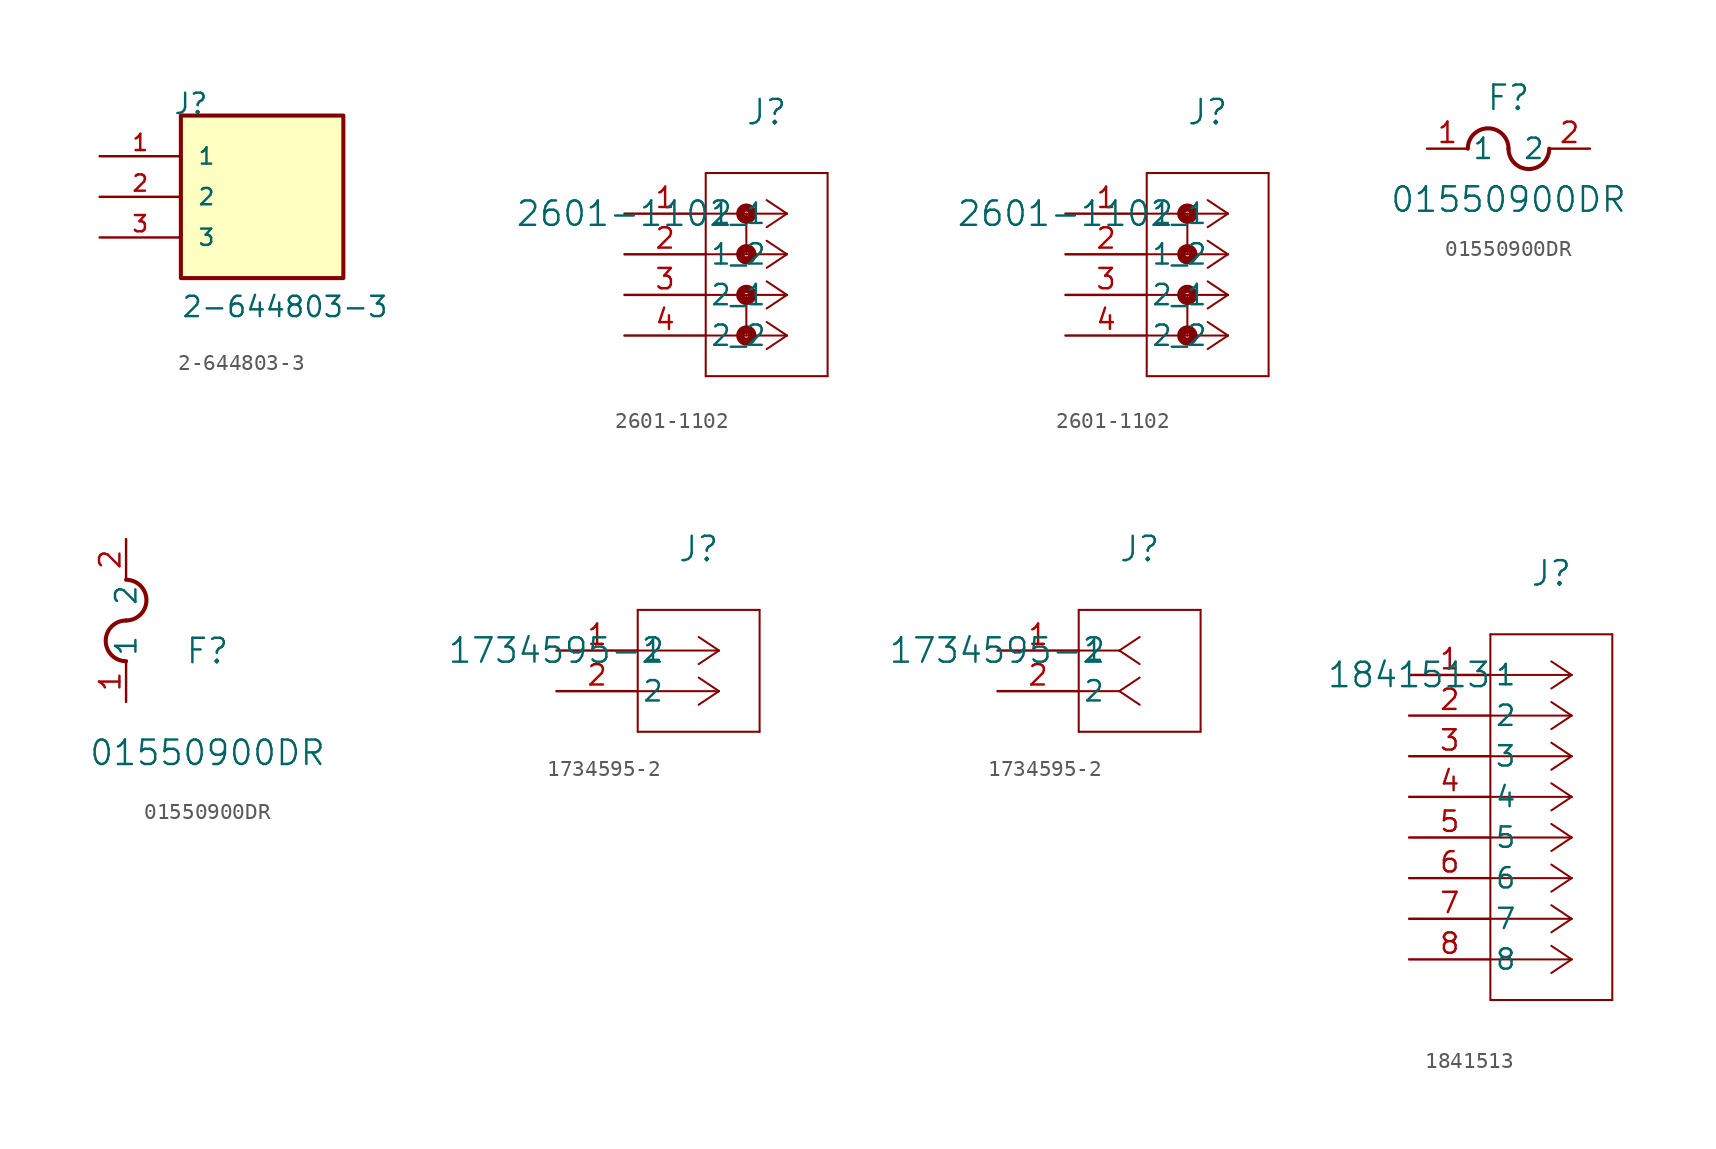
<source format=kicad_sym>
(kicad_symbol_lib
  (version 20241209)
  (generator "kicad_symbol_editor")
  (generator_version "9.0")
  (symbol "2-644803-3"
    (pin_names
      (offset 1.016))
    (property "Reference" "J"
      (at -5.58 5.08 0)
      (effects (font (size 1.27 1.27)) (justify left bottom)))
    (property "Value" "2-644803-3"
      (at -5.08 -7.62 0)
      (effects (font (size 1.27 1.27)) (justify left bottom)))
    (symbol "2-644803-3_0_0"
      (rectangle (start -5.08 -5.08) (end 5.08 5.08) (stroke (width 0.254) (type default)) (fill (type background)))
      (pin passive line (at -10.16 2.54 0) (length 5.08) (name "1" (effects (font (size 1.016 1.016)))) (number "1" (effects (font (size 1.016 1.016)))))
      (pin passive line (at -10.16 0 0) (length 5.08) (name "2" (effects (font (size 1.016 1.016)))) (number "2" (effects (font (size 1.016 1.016)))))
      (pin passive line (at -10.16 -2.54 0) (length 5.08) (name "3" (effects (font (size 1.016 1.016)))) (number "3" (effects (font (size 1.016 1.016)))))))
  (symbol "2601-1102"
    (pin_names
      (offset 0.254))
    (property "Reference" "J"
      (at 8.89 6.35 0)
      (effects (font (size 1.524 1.524))))
    (property "Value" "2601-1102"
      (at 0 0 0)
      (effects (font (size 1.524 1.524))))
    (property "ki_locked" ""
      (at 0 0 0)
      (effects (font (size 1.27 1.27))))
    (symbol "2601-1102_1_1"
      (polyline (pts (xy 5.08 2.54) (xy 5.08 -10.16)) (stroke (width 0.127) (type default)) (fill (type none)))
      (polyline (pts (xy 5.08 -10.16) (xy 12.7 -10.16)) (stroke (width 0.127) (type default)) (fill (type none)))
      (polyline (pts (xy 7.62 0) (xy 7.62 -2.54)) (stroke (width 0.127) (type default)) (fill (type none)))
      (circle (center 7.62 0) (radius 0.127) (stroke (width 0.508) (type default)) (fill (type none)))
      (circle (center 7.62 -2.54) (radius 0.127) (stroke (width 0.508) (type default)) (fill (type none)))
      (polyline (pts (xy 7.62 -5.08) (xy 7.62 -7.62)) (stroke (width 0.127) (type default)) (fill (type none)))
      (circle (center 7.62 -5.08) (radius 0.127) (stroke (width 0.508) (type default)) (fill (type none)))
      (circle (center 7.62 -7.62) (radius 0.127) (stroke (width 0.508) (type default)) (fill (type none)))
      (polyline (pts (xy 10.16 0) (xy 5.08 0)) (stroke (width 0.127) (type default)) (fill (type none)))
      (polyline (pts (xy 10.16 0) (xy 8.89 0.847)) (stroke (width 0.127) (type default)) (fill (type none)))
      (polyline (pts (xy 10.16 0) (xy 8.89 -0.847)) (stroke (width 0.127) (type default)) (fill (type none)))
      (polyline (pts (xy 10.16 -2.54) (xy 5.08 -2.54)) (stroke (width 0.127) (type default)) (fill (type none)))
      (polyline (pts (xy 10.16 -2.54) (xy 8.89 -1.693)) (stroke (width 0.127) (type default)) (fill (type none)))
      (polyline (pts (xy 10.16 -2.54) (xy 8.89 -3.387)) (stroke (width 0.127) (type default)) (fill (type none)))
      (polyline (pts (xy 10.16 -5.08) (xy 5.08 -5.08)) (stroke (width 0.127) (type default)) (fill (type none)))
      (polyline (pts (xy 10.16 -5.08) (xy 8.89 -4.233)) (stroke (width 0.127) (type default)) (fill (type none)))
      (polyline (pts (xy 10.16 -5.08) (xy 8.89 -5.927)) (stroke (width 0.127) (type default)) (fill (type none)))
      (polyline (pts (xy 10.16 -7.62) (xy 5.08 -7.62)) (stroke (width 0.127) (type default)) (fill (type none)))
      (polyline (pts (xy 10.16 -7.62) (xy 8.89 -6.773)) (stroke (width 0.127) (type default)) (fill (type none)))
      (polyline (pts (xy 10.16 -7.62) (xy 8.89 -8.467)) (stroke (width 0.127) (type default)) (fill (type none)))
      (polyline (pts (xy 12.7 2.54) (xy 5.08 2.54)) (stroke (width 0.127) (type default)) (fill (type none)))
      (polyline (pts (xy 12.7 -10.16) (xy 12.7 2.54)) (stroke (width 0.127) (type default)) (fill (type none)))
      (pin unspecified line (at 0 0 0) (length 5.08) (name "1_1" (effects (font (size 1.27 1.27)))) (number "1" (effects (font (size 1.27 1.27)))))
      (pin unspecified line (at 0 -2.54 0) (length 5.08) (name "1_2" (effects (font (size 1.27 1.27)))) (number "2" (effects (font (size 1.27 1.27)))))
      (pin unspecified line (at 0 -5.08 0) (length 5.08) (name "2_1" (effects (font (size 1.27 1.27)))) (number "3" (effects (font (size 1.27 1.27)))))
      (pin unspecified line (at 0 -7.62 0) (length 5.08) (name "2_2" (effects (font (size 1.27 1.27)))) (number "4" (effects (font (size 1.27 1.27))))))
    (symbol "2601-1102_1_2"
      (polyline (pts (xy 5.08 2.54) (xy 5.08 -10.16)) (stroke (width 0.127) (type default)) (fill (type none)))
      (polyline (pts (xy 5.08 -10.16) (xy 12.7 -10.16)) (stroke (width 0.127) (type default)) (fill (type none)))
      (polyline (pts (xy 7.62 0) (xy 7.62 -2.54)) (stroke (width 0.127) (type default)) (fill (type none)))
      (circle (center 7.62 0) (radius 0.127) (stroke (width 0.508) (type default)) (fill (type none)))
      (circle (center 7.62 -2.54) (radius 0.127) (stroke (width 0.508) (type default)) (fill (type none)))
      (polyline (pts (xy 7.62 -5.08) (xy 7.62 -7.62)) (stroke (width 0.127) (type default)) (fill (type none)))
      (circle (center 7.62 -5.08) (radius 0.127) (stroke (width 0.508) (type default)) (fill (type none)))
      (circle (center 7.62 -7.62) (radius 0.127) (stroke (width 0.508) (type default)) (fill (type none)))
      (polyline (pts (xy 10.16 0) (xy 5.08 0)) (stroke (width 0.127) (type default)) (fill (type none)))
      (polyline (pts (xy 10.16 0) (xy 8.89 0.847)) (stroke (width 0.127) (type default)) (fill (type none)))
      (polyline (pts (xy 10.16 0) (xy 8.89 -0.847)) (stroke (width 0.127) (type default)) (fill (type none)))
      (polyline (pts (xy 10.16 -2.54) (xy 5.08 -2.54)) (stroke (width 0.127) (type default)) (fill (type none)))
      (polyline (pts (xy 10.16 -2.54) (xy 8.89 -1.693)) (stroke (width 0.127) (type default)) (fill (type none)))
      (polyline (pts (xy 10.16 -2.54) (xy 8.89 -3.387)) (stroke (width 0.127) (type default)) (fill (type none)))
      (polyline (pts (xy 10.16 -5.08) (xy 5.08 -5.08)) (stroke (width 0.127) (type default)) (fill (type none)))
      (polyline (pts (xy 10.16 -5.08) (xy 8.89 -4.233)) (stroke (width 0.127) (type default)) (fill (type none)))
      (polyline (pts (xy 10.16 -5.08) (xy 8.89 -5.927)) (stroke (width 0.127) (type default)) (fill (type none)))
      (polyline (pts (xy 10.16 -7.62) (xy 5.08 -7.62)) (stroke (width 0.127) (type default)) (fill (type none)))
      (polyline (pts (xy 10.16 -7.62) (xy 8.89 -6.773)) (stroke (width 0.127) (type default)) (fill (type none)))
      (polyline (pts (xy 10.16 -7.62) (xy 8.89 -8.467)) (stroke (width 0.127) (type default)) (fill (type none)))
      (polyline (pts (xy 12.7 2.54) (xy 5.08 2.54)) (stroke (width 0.127) (type default)) (fill (type none)))
      (polyline (pts (xy 12.7 -10.16) (xy 12.7 2.54)) (stroke (width 0.127) (type default)) (fill (type none)))
      (pin unspecified line (at 0 0 0) (length 5.08) (name "1_1" (effects (font (size 1.27 1.27)))) (number "1" (effects (font (size 1.27 1.27)))))
      (pin unspecified line (at 0 -2.54 0) (length 5.08) (name "1_2" (effects (font (size 1.27 1.27)))) (number "2" (effects (font (size 1.27 1.27)))))
      (pin unspecified line (at 0 -5.08 0) (length 5.08) (name "2_1" (effects (font (size 1.27 1.27)))) (number "3" (effects (font (size 1.27 1.27)))))
      (pin unspecified line (at 0 -7.62 0) (length 5.08) (name "2_2" (effects (font (size 1.27 1.27)))) (number "4" (effects (font (size 1.27 1.27)))))))
  (symbol "01550900DR"
    (pin_names
      (offset 0.254))
    (property "Reference" "F"
      (at 5.08 3.175 0)
      (effects (font (size 1.524 1.524))))
    (property "Value" "01550900DR"
      (at 5.08 -3.175 0)
      (effects (font (size 1.524 1.524))))
    (property "ki_locked" ""
      (at 0 0 0)
      (effects (font (size 1.27 1.27))))
    (symbol "01550900DR_1_1"
      (arc (start 2.54 0) (mid 3.81 1.2645) (end 5.08 0) (stroke (width 0.254) (type default)) (fill (type none)))
      (arc (start 7.62 0) (mid 6.35 -1.2645) (end 5.08 0) (stroke (width 0.254) (type default)) (fill (type none)))
      (pin unspecified line (at 0 0 0) (length 2.54) (name "1" (effects (font (size 1.27 1.27)))) (number "1" (effects (font (size 1.27 1.27)))))
      (pin unspecified line (at 10.16 0 180) (length 2.54) (name "2" (effects (font (size 1.27 1.27)))) (number "2" (effects (font (size 1.27 1.27))))))
    (symbol "01550900DR_1_2"
      (arc (start 0 7.62) (mid 1.2645 6.35) (end 0 5.08) (stroke (width 0.254) (type default)) (fill (type none)))
      (arc (start 0 2.54) (mid -1.2645 3.81) (end 0 5.08) (stroke (width 0.254) (type default)) (fill (type none)))
      (pin unspecified line (at 0 10.16 270) (length 2.54) (name "2" (effects (font (size 1.27 1.27)))) (number "2" (effects (font (size 1.27 1.27)))))
      (pin unspecified line (at 0 0 90) (length 2.54) (name "1" (effects (font (size 1.27 1.27)))) (number "1" (effects (font (size 1.27 1.27)))))))
  (symbol "1734595-2"
    (pin_names
      (offset 0.254))
    (property "Reference" "J"
      (at 8.89 6.35 0)
      (effects (font (size 1.524 1.524))))
    (property "Value" "1734595-2"
      (at 0 0 0)
      (effects (font (size 1.524 1.524))))
    (symbol "1734595-2_1_1"
      (polyline (pts (xy 5.08 2.54) (xy 5.08 -5.08)) (stroke (width 0.127) (type default)) (fill (type none)))
      (polyline (pts (xy 5.08 -5.08) (xy 12.7 -5.08)) (stroke (width 0.127) (type default)) (fill (type none)))
      (polyline (pts (xy 10.16 0) (xy 5.08 0)) (stroke (width 0.127) (type default)) (fill (type none)))
      (polyline (pts (xy 10.16 0) (xy 8.89 0.847)) (stroke (width 0.127) (type default)) (fill (type none)))
      (polyline (pts (xy 10.16 0) (xy 8.89 -0.847)) (stroke (width 0.127) (type default)) (fill (type none)))
      (polyline (pts (xy 10.16 -2.54) (xy 5.08 -2.54)) (stroke (width 0.127) (type default)) (fill (type none)))
      (polyline (pts (xy 10.16 -2.54) (xy 8.89 -1.693)) (stroke (width 0.127) (type default)) (fill (type none)))
      (polyline (pts (xy 10.16 -2.54) (xy 8.89 -3.387)) (stroke (width 0.127) (type default)) (fill (type none)))
      (polyline (pts (xy 12.7 2.54) (xy 5.08 2.54)) (stroke (width 0.127) (type default)) (fill (type none)))
      (polyline (pts (xy 12.7 -5.08) (xy 12.7 2.54)) (stroke (width 0.127) (type default)) (fill (type none)))
      (pin unspecified line (at 0 0 0) (length 5.08) (name "1" (effects (font (size 1.27 1.27)))) (number "1" (effects (font (size 1.27 1.27)))))
      (pin unspecified line (at 0 -2.54 0) (length 5.08) (name "2" (effects (font (size 1.27 1.27)))) (number "2" (effects (font (size 1.27 1.27))))))
    (symbol "1734595-2_1_2"
      (polyline (pts (xy 5.08 2.54) (xy 5.08 -5.08)) (stroke (width 0.127) (type default)) (fill (type none)))
      (polyline (pts (xy 5.08 -5.08) (xy 12.7 -5.08)) (stroke (width 0.127) (type default)) (fill (type none)))
      (polyline (pts (xy 7.62 0) (xy 5.08 0)) (stroke (width 0.127) (type default)) (fill (type none)))
      (polyline (pts (xy 7.62 0) (xy 8.89 0.847)) (stroke (width 0.127) (type default)) (fill (type none)))
      (polyline (pts (xy 7.62 0) (xy 8.89 -0.847)) (stroke (width 0.127) (type default)) (fill (type none)))
      (polyline (pts (xy 7.62 -2.54) (xy 5.08 -2.54)) (stroke (width 0.127) (type default)) (fill (type none)))
      (polyline (pts (xy 7.62 -2.54) (xy 8.89 -1.693)) (stroke (width 0.127) (type default)) (fill (type none)))
      (polyline (pts (xy 7.62 -2.54) (xy 8.89 -3.387)) (stroke (width 0.127) (type default)) (fill (type none)))
      (polyline (pts (xy 12.7 2.54) (xy 5.08 2.54)) (stroke (width 0.127) (type default)) (fill (type none)))
      (polyline (pts (xy 12.7 -5.08) (xy 12.7 2.54)) (stroke (width 0.127) (type default)) (fill (type none)))
      (pin unspecified line (at 0 0 0) (length 5.08) (name "1" (effects (font (size 1.27 1.27)))) (number "1" (effects (font (size 1.27 1.27)))))
      (pin unspecified line (at 0 -2.54 0) (length 5.08) (name "2" (effects (font (size 1.27 1.27)))) (number "2" (effects (font (size 1.27 1.27)))))))
  (symbol "1841513"
    (pin_names
      (offset 0.254))
    (property "Reference" "J"
      (at 8.89 6.35 0)
      (effects (font (size 1.524 1.524))))
    (property "Value" "1841513"
      (at 0 0 0)
      (effects (font (size 1.524 1.524))))
    (property "ki_locked" ""
      (at 0 0 0)
      (effects (font (size 1.27 1.27))))
    (symbol "1841513_0_1"
      (polyline (pts (xy 5.08 2.54) (xy 5.08 -20.32)) (stroke (width 0.127) (type default)) (fill (type none)))
      (polyline (pts (xy 5.08 -20.32) (xy 12.7 -20.32)) (stroke (width 0.127) (type default)) (fill (type none)))
      (polyline (pts (xy 10.16 0) (xy 5.08 0)) (stroke (width 0.127) (type default)) (fill (type none)))
      (polyline (pts (xy 10.16 0) (xy 8.89 0.847)) (stroke (width 0.127) (type default)) (fill (type none)))
      (polyline (pts (xy 10.16 0) (xy 8.89 -0.847)) (stroke (width 0.127) (type default)) (fill (type none)))
      (polyline (pts (xy 10.16 -2.54) (xy 5.08 -2.54)) (stroke (width 0.127) (type default)) (fill (type none)))
      (polyline (pts (xy 10.16 -2.54) (xy 8.89 -1.693)) (stroke (width 0.127) (type default)) (fill (type none)))
      (polyline (pts (xy 10.16 -2.54) (xy 8.89 -3.387)) (stroke (width 0.127) (type default)) (fill (type none)))
      (polyline (pts (xy 10.16 -5.08) (xy 5.08 -5.08)) (stroke (width 0.127) (type default)) (fill (type none)))
      (polyline (pts (xy 10.16 -5.08) (xy 8.89 -4.233)) (stroke (width 0.127) (type default)) (fill (type none)))
      (polyline (pts (xy 10.16 -5.08) (xy 8.89 -5.927)) (stroke (width 0.127) (type default)) (fill (type none)))
      (polyline (pts (xy 10.16 -7.62) (xy 5.08 -7.62)) (stroke (width 0.127) (type default)) (fill (type none)))
      (polyline (pts (xy 10.16 -7.62) (xy 8.89 -6.773)) (stroke (width 0.127) (type default)) (fill (type none)))
      (polyline (pts (xy 10.16 -7.62) (xy 8.89 -8.467)) (stroke (width 0.127) (type default)) (fill (type none)))
      (polyline (pts (xy 10.16 -10.16) (xy 5.08 -10.16)) (stroke (width 0.127) (type default)) (fill (type none)))
      (polyline (pts (xy 10.16 -10.16) (xy 8.89 -9.313)) (stroke (width 0.127) (type default)) (fill (type none)))
      (polyline (pts (xy 10.16 -10.16) (xy 8.89 -11.007)) (stroke (width 0.127) (type default)) (fill (type none)))
      (polyline (pts (xy 10.16 -12.7) (xy 5.08 -12.7)) (stroke (width 0.127) (type default)) (fill (type none)))
      (polyline (pts (xy 10.16 -12.7) (xy 8.89 -11.853)) (stroke (width 0.127) (type default)) (fill (type none)))
      (polyline (pts (xy 10.16 -12.7) (xy 8.89 -13.547)) (stroke (width 0.127) (type default)) (fill (type none)))
      (polyline (pts (xy 10.16 -15.24) (xy 5.08 -15.24)) (stroke (width 0.127) (type default)) (fill (type none)))
      (polyline (pts (xy 10.16 -15.24) (xy 8.89 -14.393)) (stroke (width 0.127) (type default)) (fill (type none)))
      (polyline (pts (xy 10.16 -15.24) (xy 8.89 -16.087)) (stroke (width 0.127) (type default)) (fill (type none)))
      (polyline (pts (xy 10.16 -17.78) (xy 5.08 -17.78)) (stroke (width 0.127) (type default)) (fill (type none)))
      (polyline (pts (xy 10.16 -17.78) (xy 8.89 -16.933)) (stroke (width 0.127) (type default)) (fill (type none)))
      (polyline (pts (xy 10.16 -17.78) (xy 8.89 -18.627)) (stroke (width 0.127) (type default)) (fill (type none)))
      (polyline (pts (xy 12.7 2.54) (xy 5.08 2.54)) (stroke (width 0.127) (type default)) (fill (type none)))
      (polyline (pts (xy 12.7 -20.32) (xy 12.7 2.54)) (stroke (width 0.127) (type default)) (fill (type none))))
    (symbol "1841513_1_1"
      (pin passive line (at 0 0 0) (length 5.08) (name "1" (effects (font (size 1.27 1.27)))) (number "1" (effects (font (size 1.27 1.27)))))
      (pin passive line (at 0 -2.54 0) (length 5.08) (name "2" (effects (font (size 1.27 1.27)))) (number "2" (effects (font (size 1.27 1.27)))))
      (pin passive line (at 0 -5.08 0) (length 5.08) (name "3" (effects (font (size 1.27 1.27)))) (number "3" (effects (font (size 1.27 1.27)))))
      (pin passive line (at 0 -7.62 0) (length 5.08) (name "4" (effects (font (size 1.27 1.27)))) (number "4" (effects (font (size 1.27 1.27)))))
      (pin passive line (at 0 -10.16 0) (length 5.08) (name "5" (effects (font (size 1.27 1.27)))) (number "5" (effects (font (size 1.27 1.27)))))
      (pin passive line (at 0 -12.7 0) (length 5.08) (name "6" (effects (font (size 1.27 1.27)))) (number "6" (effects (font (size 1.27 1.27)))))
      (pin passive line (at 0 -15.24 0) (length 5.08) (name "7" (effects (font (size 1.27 1.27)))) (number "7" (effects (font (size 1.27 1.27)))))
      (pin passive line (at 0 -17.78 0) (length 5.08) (name "8" (effects (font (size 1.27 1.27)))) (number "8" (effects (font (size 1.27 1.27))))))))
</source>
